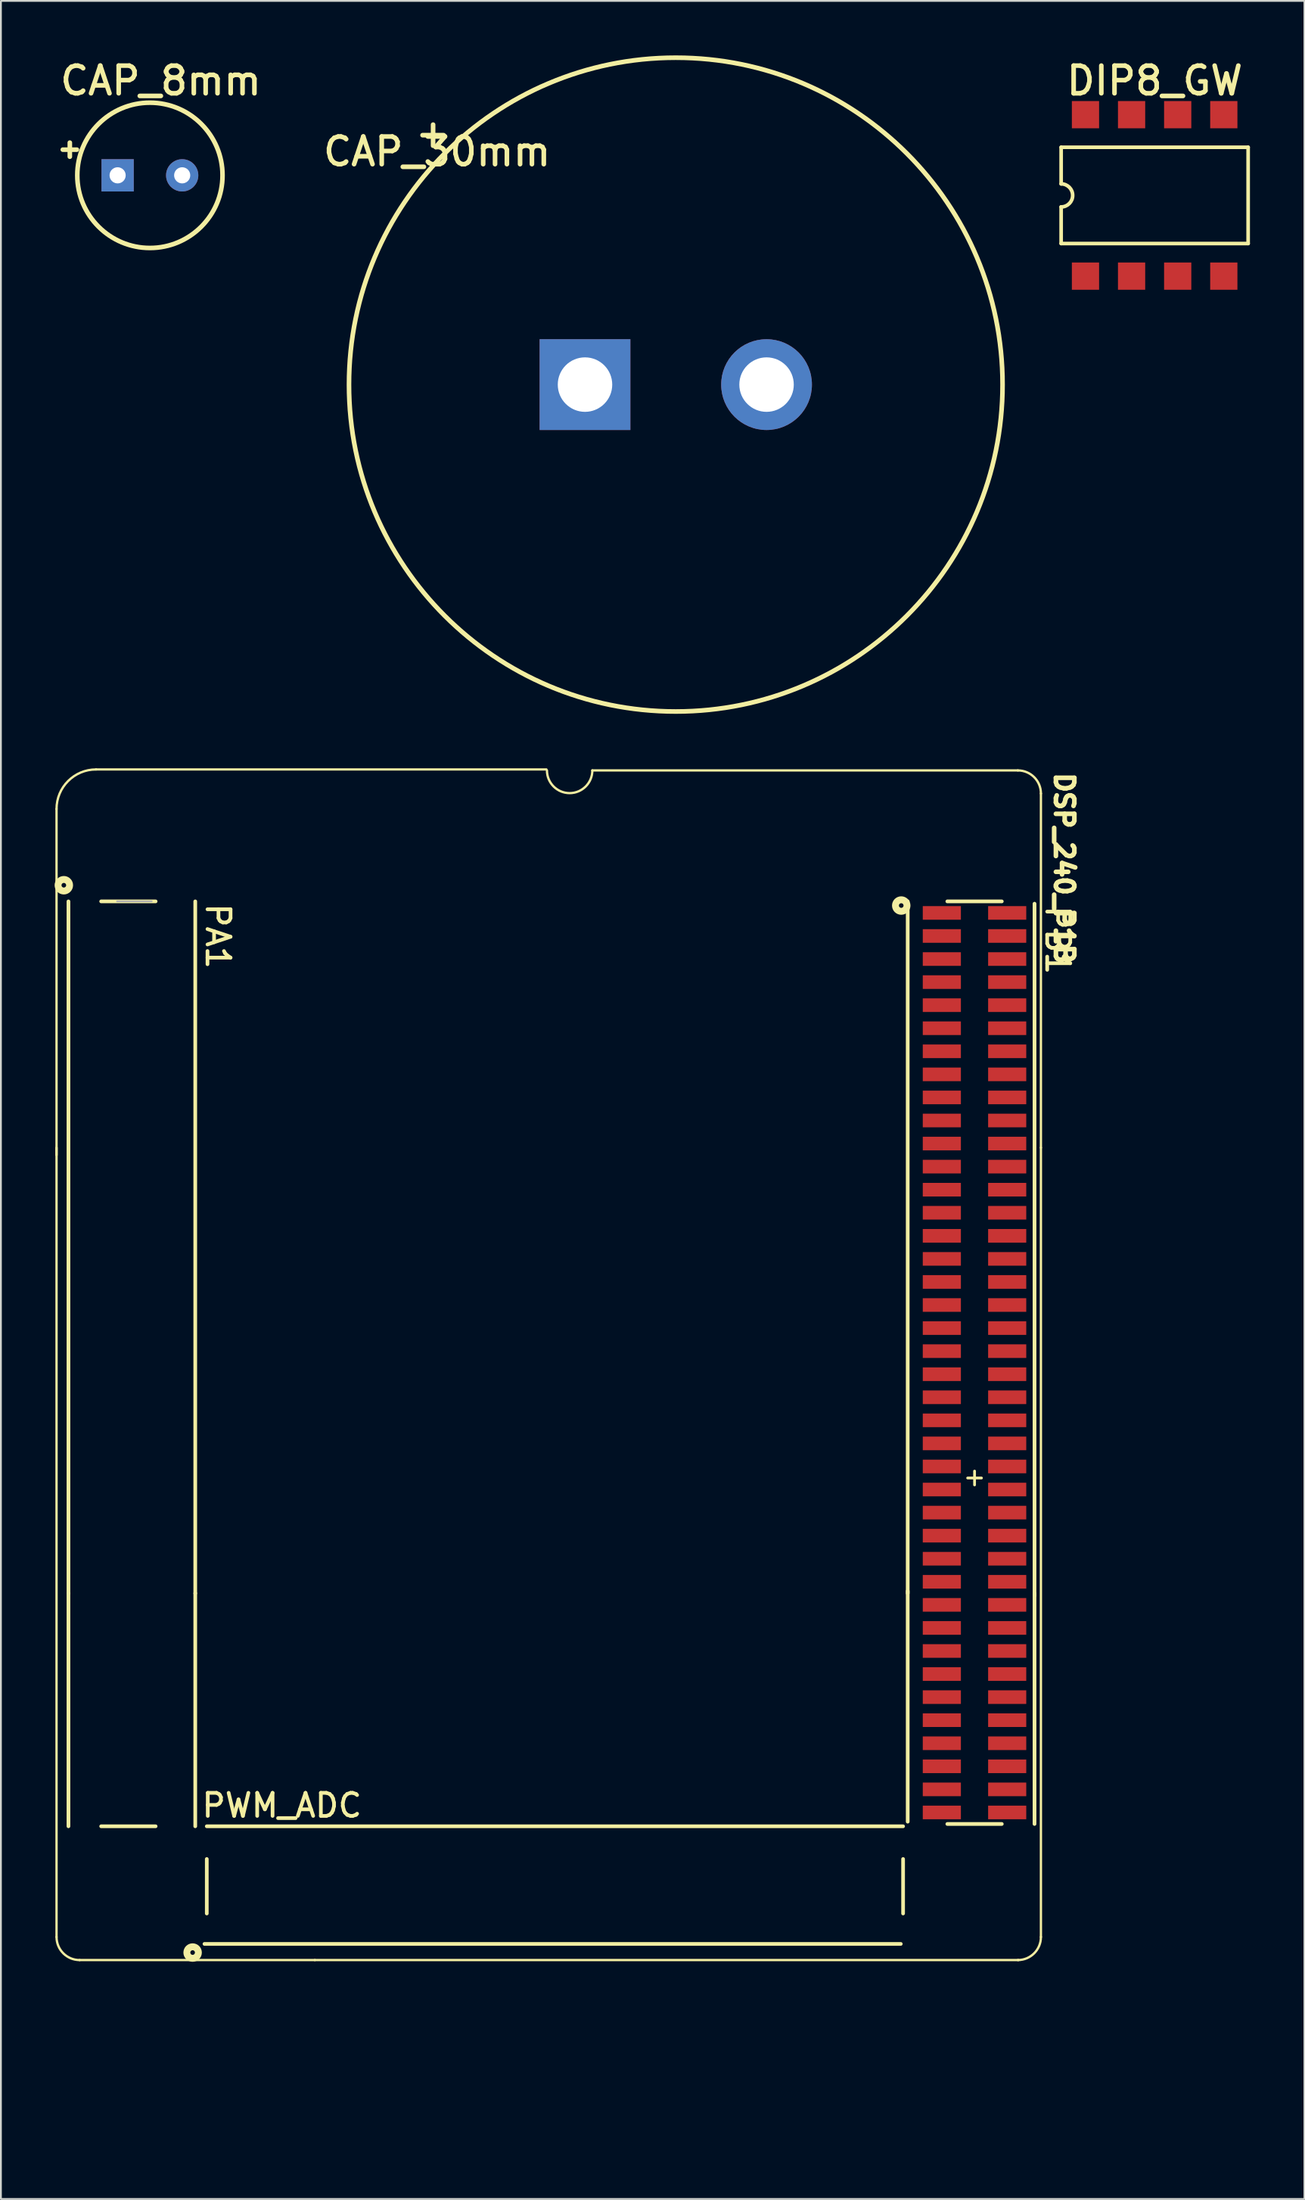
<source format=kicad_pcb>
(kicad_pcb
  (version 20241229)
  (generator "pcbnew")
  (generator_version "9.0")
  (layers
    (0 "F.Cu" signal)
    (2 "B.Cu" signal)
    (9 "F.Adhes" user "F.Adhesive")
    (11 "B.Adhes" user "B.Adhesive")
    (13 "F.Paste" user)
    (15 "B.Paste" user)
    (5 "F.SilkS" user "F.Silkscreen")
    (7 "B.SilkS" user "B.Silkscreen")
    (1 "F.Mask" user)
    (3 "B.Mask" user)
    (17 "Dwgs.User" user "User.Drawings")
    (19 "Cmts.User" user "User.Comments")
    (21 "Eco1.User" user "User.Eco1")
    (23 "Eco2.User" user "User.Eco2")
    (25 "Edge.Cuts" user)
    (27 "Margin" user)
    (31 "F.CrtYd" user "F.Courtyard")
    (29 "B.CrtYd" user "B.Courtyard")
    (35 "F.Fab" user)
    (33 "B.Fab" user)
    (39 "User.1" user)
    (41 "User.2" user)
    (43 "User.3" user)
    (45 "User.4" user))
  (footprint "CAP_30mm"
    (layer "F.Cu")
    (at 34.173 18.127)
    (property "Reference" "CAP_30mm" (at -19.557 -11.938 0) (unlocked yes) (layer "F.SilkS") (effects (font (size 1.524 1.524) (thickness 0.254)) (justify left bottom)))
    (fp_circle (center 0 0) (end 0 -18) (stroke (width 0.254) (type solid)) (fill no) (layer "F.SilkS"))
    (fp_text user "+" (at -14.478 -12.954 0) (unlocked yes) (layer "F.SilkS") (effects (font (size 1.524 1.524) (thickness 0.254)) (justify left bottom)))
    (pad "1" thru_hole rect (at -5 0) (size 5 5) (drill 3) (layers "*.Cu" "*.Mask"))
    (pad "2" thru_hole circle (at 5 0) (size 5 5) (drill 3) (layers "*.Cu" "*.Mask")))
  (footprint "CAP_8mm"
    (layer "F.Cu")
    (at 2.667 6.604)
    (property "Reference" "CAP_8mm" (at -2.539 -4.318 0) (unlocked yes) (layer "F.SilkS") (effects (font (size 1.524 1.524) (thickness 0.254)) (justify left bottom)))
    (fp_circle (center 2.54 0) (end 2.54 -4) (stroke (width 0.254) (type solid)) (fill no) (layer "F.SilkS"))
    (fp_text user "+" (at -2.667 -0.889 0) (unlocked yes) (layer "F.SilkS") (effects (font (size 1.016 1.016) (thickness 0.254)) (justify left bottom)))
    (pad "1" thru_hole rect (at 0.762 0) (size 1.778 1.778) (drill 0.889) (layers "*.Cu" "*.Mask"))
    (pad "2" thru_hole circle (at 4.318 0) (size 1.778 1.778) (drill 0.889) (layers "*.Cu" "*.Mask")))
  (footprint "DIP8_GW"
    (layer "F.Cu")
    (at 60.55 7.709)
    (property "Reference" "DIP8_GW" (at -4.991 -5.423 0) (unlocked yes) (layer "F.SilkS") (effects (font (size 1.524 1.524) (thickness 0.254)) (justify left bottom)))
    (fp_line (start -5.15 -2.65) (end 5.15 -2.65) (stroke (width 0.2) (type solid)) (layer "F.SilkS"))
    (fp_line (start -5.15 -0.635) (end -5.15 -2.65) (stroke (width 0.2) (type solid)) (layer "F.SilkS"))
    (fp_line (start -5.15 2.65) (end -5.15 0.635) (stroke (width 0.2) (type solid)) (layer "F.SilkS"))
    (fp_line (start -5.15 2.65) (end 5.15 2.65) (stroke (width 0.2) (type solid)) (layer "F.SilkS"))
    (fp_line (start 5.15 2.65) (end 5.15 -2.65) (stroke (width 0.2) (type solid)) (layer "F.SilkS"))
    (fp_arc (start -5.15 -0.635) (mid -4.515 0) (end -5.15 0.635) (stroke (width 0.2) (type solid)) (layer "F.SilkS"))
    (pad "1" smd rect (at -3.81 4.445 90) (size 1.5 1.5) (layers "F.Cu" "F.Mask" "F.Paste"))
    (pad "2" smd rect (at -1.27 4.445 90) (size 1.5 1.5) (layers "F.Cu" "F.Mask" "F.Paste"))
    (pad "3" smd rect (at 1.27 4.445 90) (size 1.5 1.5) (layers "F.Cu" "F.Mask" "F.Paste"))
    (pad "4" smd rect (at 3.81 4.445 90) (size 1.5 1.5) (layers "F.Cu" "F.Mask" "F.Paste"))
    (pad "5" smd rect (at 3.81 -4.445 90) (size 1.5 1.5) (layers "F.Cu" "F.Mask" "F.Paste"))
    (pad "6" smd rect (at 1.27 -4.445 90) (size 1.5 1.5) (layers "F.Cu" "F.Mask" "F.Paste"))
    (pad "7" smd rect (at -1.27 -4.445 90) (size 1.5 1.5) (layers "F.Cu" "F.Mask" "F.Paste"))
    (pad "8" smd rect (at -3.81 -4.445 90) (size 1.5 1.5) (layers "F.Cu" "F.Mask" "F.Paste")))
  (footprint "DSP_240_P1B"
    (layer "F.Cu")
    (at 9.229 114.781)
    (property "Reference" "DSP_240_P1B" (at 45.745 -75.413 270) (unlocked yes) (layer "F.SilkS") (effects (font (size 1.016 1.016) (thickness 0.254)) (justify left bottom)))
    (fp_line (start -9.165 -73.287) (end -9.165 -54.229) (stroke (width 0.127) (type solid)) (layer "F.SilkS"))
    (fp_line (start -9.165 -54.638) (end -9.165 -11.176) (stroke (width 0.127) (type solid)) (layer "F.SilkS"))
    (fp_line (start -8.509 -68.199) (end -8.509 -30.099) (stroke (width 0.203) (type solid)) (layer "F.SilkS"))
    (fp_line (start -8.509 -30.099) (end -8.509 -17.272) (stroke (width 0.203) (type solid)) (layer "F.SilkS"))
    (fp_line (start -7.895 -9.906) (end 5.063 -9.906) (stroke (width 0.127) (type solid)) (layer "F.SilkS"))
    (fp_line (start -6.988 -75.464) (end 17.817 -75.464) (stroke (width 0.127) (type solid)) (layer "F.SilkS"))
    (fp_line (start -6.707 -68.199) (end -3.707 -68.199) (stroke (width 0.203) (type solid)) (layer "F.SilkS"))
    (fp_line (start -6.707 -17.272) (end -3.707 -17.272) (stroke (width 0.203) (type solid)) (layer "F.SilkS"))
    (fp_line (start -1.524 -68.199) (end -1.524 -30.099) (stroke (width 0.203) (type solid)) (layer "F.SilkS"))
    (fp_line (start -1.524 -30.099) (end -1.524 -17.272) (stroke (width 0.203) (type solid)) (layer "F.SilkS"))
    (fp_line (start -1.016 -10.795) (end 37.338 -10.795) (stroke (width 0.203) (type solid)) (layer "F.SilkS"))
    (fp_line (start -0.889 -17.272) (end 37.465 -17.272) (stroke (width 0.203) (type solid)) (layer "F.SilkS"))
    (fp_line (start -0.889 -15.47) (end -0.889 -12.47) (stroke (width 0.203) (type solid)) (layer "F.SilkS"))
    (fp_line (start 5.063 -9.906) (end 43.815 -9.906) (stroke (width 0.127) (type solid)) (layer "F.SilkS"))
    (fp_line (start 20.348 -75.41) (end 43.787 -75.41) (stroke (width 0.127) (type solid)) (layer "F.SilkS"))
    (fp_line (start 37.465 -15.47) (end 37.465 -12.47) (stroke (width 0.203) (type solid)) (layer "F.SilkS"))
    (fp_line (start 37.719 -68.199) (end 37.719 -30.099) (stroke (width 0.203) (type solid)) (layer "F.SilkS"))
    (fp_line (start 37.719 -30.226) (end 37.719 -17.526) (stroke (width 0.203) (type solid)) (layer "F.SilkS"))
    (fp_line (start 39.902 -68.199) (end 42.902 -68.199) (stroke (width 0.203) (type solid)) (layer "F.SilkS"))
    (fp_line (start 39.902 -17.399) (end 42.902 -17.399) (stroke (width 0.203) (type solid)) (layer "F.SilkS"))
    (fp_line (start 41.021 -36.449) (end 41.783 -36.449) (stroke (width 0.152) (type solid)) (layer "F.SilkS"))
    (fp_line (start 41.402 -36.83) (end 41.402 -36.449) (stroke (width 0.152) (type solid)) (layer "F.SilkS"))
    (fp_line (start 41.402 -36.449) (end 41.402 -36.068) (stroke (width 0.152) (type solid)) (layer "F.SilkS"))
    (fp_line (start 44.704 -68.072) (end 44.704 -29.972) (stroke (width 0.203) (type solid)) (layer "F.SilkS"))
    (fp_line (start 44.704 -30.099) (end 44.704 -17.399) (stroke (width 0.203) (type solid)) (layer "F.SilkS"))
    (fp_line (start 45.057 -74.14) (end 45.057 -54.638) (stroke (width 0.127) (type solid)) (layer "F.SilkS"))
    (fp_line (start 45.057 -54.638) (end 45.057 -11.176) (stroke (width 0.127) (type solid)) (layer "F.SilkS"))
    (fp_arc (start -9.165 -73.28661) (mid -8.52733 -74.82608) (end -6.98786 -75.46375) (stroke (width 0.127) (type solid)) (layer "F.SilkS"))
    (fp_arc (start -7.895 -9.906) (mid -8.793026 -10.277974) (end -9.165 -11.176) (stroke (width 0.127) (type solid)) (layer "F.SilkS"))
    (fp_arc (start 20.348 -75.41) (mid 19.098 -74.16) (end 17.848 -75.41) (stroke (width 0.127) (type solid)) (layer "F.SilkS"))
    (fp_arc (start 43.787 -75.41) (mid 44.685026 -75.038026) (end 45.057 -74.14) (stroke (width 0.127) (type solid)) (layer "F.SilkS"))
    (fp_arc (start 45.057 -11.176) (mid 44.685026 -10.277974) (end 43.787 -9.906) (stroke (width 0.127) (type solid)) (layer "F.SilkS"))
    (fp_circle (center -8.763 -69.088) (end -8.636 -69.088) (stroke (width 0.381) (type solid)) (fill no) (layer "F.SilkS"))
    (fp_circle (center -1.669 -10.319) (end -1.542 -10.319) (stroke (width 0.381) (type solid)) (fill no) (layer "F.SilkS"))
    (fp_circle (center 37.363 -67.97) (end 37.49 -67.97) (stroke (width 0.381) (type solid)) (fill no) (layer "F.SilkS"))
    (fp_line (start -3.924 -68.202) (end -5.829 -68.202) (stroke (width 0.1) (type solid)) (layer "F.Fab"))
    (fp_text user "PB1" (at 45.236 -68.072 270) (unlocked yes) (layer "F.SilkS") (effects (font (size 1.27 1.27) (thickness 0.203)) (justify left bottom)))
    (fp_text user "PWM_ADC" (at -1.27 -17.677 0) (unlocked yes) (layer "F.SilkS") (effects (font (size 1.27 1.27) (thickness 0.203)) (justify left bottom)))
    (fp_text user "PA1" (at -1.016 -68.199 270) (unlocked yes) (layer "F.SilkS") (effects (font (size 1.27 1.27) (thickness 0.203)) (justify left bottom)))
    (pad "81" smd rect (at 39.599 -67.564) (size 2.1 0.75) (layers "F.Cu" "F.Mask" "F.Paste"))
    (pad "82" smd rect (at 43.199 -67.564) (size 2.1 0.75) (layers "F.Cu" "F.Mask" "F.Paste"))
    (pad "83" smd rect (at 39.599 -66.294) (size 2.1 0.75) (layers "F.Cu" "F.Mask" "F.Paste"))
    (pad "84" smd rect (at 43.199 -66.294) (size 2.1 0.75) (layers "F.Cu" "F.Mask" "F.Paste"))
    (pad "85" smd rect (at 39.599 -65.024) (size 2.1 0.75) (layers "F.Cu" "F.Mask" "F.Paste"))
    (pad "86" smd rect (at 43.199 -65.024) (size 2.1 0.75) (layers "F.Cu" "F.Mask" "F.Paste"))
    (pad "87" smd rect (at 39.599 -63.754) (size 2.1 0.75) (layers "F.Cu" "F.Mask" "F.Paste"))
    (pad "88" smd rect (at 43.199 -63.754) (size 2.1 0.75) (layers "F.Cu" "F.Mask" "F.Paste"))
    (pad "89" smd rect (at 39.599 -62.484) (size 2.1 0.75) (layers "F.Cu" "F.Mask" "F.Paste"))
    (pad "90" smd rect (at 43.199 -62.484) (size 2.1 0.75) (layers "F.Cu" "F.Mask" "F.Paste"))
    (pad "91" smd rect (at 39.599 -61.214) (size 2.1 0.75) (layers "F.Cu" "F.Mask" "F.Paste"))
    (pad "92" smd rect (at 43.199 -61.214) (size 2.1 0.75) (layers "F.Cu" "F.Mask" "F.Paste"))
    (pad "93" smd rect (at 39.599 -59.944) (size 2.1 0.75) (layers "F.Cu" "F.Mask" "F.Paste"))
    (pad "94" smd rect (at 43.199 -59.944) (size 2.1 0.75) (layers "F.Cu" "F.Mask" "F.Paste"))
    (pad "95" smd rect (at 39.599 -58.674) (size 2.1 0.75) (layers "F.Cu" "F.Mask" "F.Paste"))
    (pad "96" smd rect (at 43.199 -58.674) (size 2.1 0.75) (layers "F.Cu" "F.Mask" "F.Paste"))
    (pad "97" smd rect (at 39.599 -57.404) (size 2.1 0.75) (layers "F.Cu" "F.Mask" "F.Paste"))
    (pad "98" smd rect (at 43.199 -57.404) (size 2.1 0.75) (layers "F.Cu" "F.Mask" "F.Paste"))
    (pad "99" smd rect (at 39.599 -56.134) (size 2.1 0.75) (layers "F.Cu" "F.Mask" "F.Paste"))
    (pad "100" smd rect (at 43.199 -56.134) (size 2.1 0.75) (layers "F.Cu" "F.Mask" "F.Paste"))
    (pad "101" smd rect (at 39.599 -54.864) (size 2.1 0.75) (layers "F.Cu" "F.Mask" "F.Paste"))
    (pad "102" smd rect (at 43.199 -54.864) (size 2.1 0.75) (layers "F.Cu" "F.Mask" "F.Paste"))
    (pad "103" smd rect (at 39.599 -53.594) (size 2.1 0.75) (layers "F.Cu" "F.Mask" "F.Paste"))
    (pad "104" smd rect (at 43.199 -53.594) (size 2.1 0.75) (layers "F.Cu" "F.Mask" "F.Paste"))
    (pad "105" smd rect (at 39.599 -52.324) (size 2.1 0.75) (layers "F.Cu" "F.Mask" "F.Paste"))
    (pad "106" smd rect (at 43.199 -52.324) (size 2.1 0.75) (layers "F.Cu" "F.Mask" "F.Paste"))
    (pad "107" smd rect (at 39.599 -51.054) (size 2.1 0.75) (layers "F.Cu" "F.Mask" "F.Paste"))
    (pad "108" smd rect (at 43.199 -51.054) (size 2.1 0.75) (layers "F.Cu" "F.Mask" "F.Paste"))
    (pad "109" smd rect (at 39.599 -49.784) (size 2.1 0.75) (layers "F.Cu" "F.Mask" "F.Paste"))
    (pad "110" smd rect (at 43.199 -49.784) (size 2.1 0.75) (layers "F.Cu" "F.Mask" "F.Paste"))
    (pad "111" smd rect (at 39.599 -48.514) (size 2.1 0.75) (layers "F.Cu" "F.Mask" "F.Paste"))
    (pad "112" smd rect (at 43.199 -48.514) (size 2.1 0.75) (layers "F.Cu" "F.Mask" "F.Paste"))
    (pad "113" smd rect (at 39.599 -47.244) (size 2.1 0.75) (layers "F.Cu" "F.Mask" "F.Paste"))
    (pad "114" smd rect (at 43.199 -47.244) (size 2.1 0.75) (layers "F.Cu" "F.Mask" "F.Paste"))
    (pad "115" smd rect (at 39.599 -45.974) (size 2.1 0.75) (layers "F.Cu" "F.Mask" "F.Paste"))
    (pad "116" smd rect (at 43.199 -45.974) (size 2.1 0.75) (layers "F.Cu" "F.Mask" "F.Paste"))
    (pad "117" smd rect (at 39.599 -44.704) (size 2.1 0.75) (layers "F.Cu" "F.Mask" "F.Paste"))
    (pad "118" smd rect (at 43.199 -44.704) (size 2.1 0.75) (layers "F.Cu" "F.Mask" "F.Paste"))
    (pad "119" smd rect (at 39.599 -43.434) (size 2.1 0.75) (layers "F.Cu" "F.Mask" "F.Paste"))
    (pad "120" smd rect (at 43.199 -43.434) (size 2.1 0.75) (layers "F.Cu" "F.Mask" "F.Paste"))
    (pad "121" smd rect (at 39.599 -42.164) (size 2.1 0.75) (layers "F.Cu" "F.Mask" "F.Paste"))
    (pad "122" smd rect (at 43.199 -42.164) (size 2.1 0.75) (layers "F.Cu" "F.Mask" "F.Paste"))
    (pad "123" smd rect (at 39.599 -40.894) (size 2.1 0.75) (layers "F.Cu" "F.Mask" "F.Paste"))
    (pad "124" smd rect (at 43.199 -40.894) (size 2.1 0.75) (layers "F.Cu" "F.Mask" "F.Paste"))
    (pad "125" smd rect (at 39.599 -39.624) (size 2.1 0.75) (layers "F.Cu" "F.Mask" "F.Paste"))
    (pad "126" smd rect (at 43.199 -39.624) (size 2.1 0.75) (layers "F.Cu" "F.Mask" "F.Paste"))
    (pad "127" smd rect (at 39.599 -38.354) (size 2.1 0.75) (layers "F.Cu" "F.Mask" "F.Paste"))
    (pad "128" smd rect (at 43.199 -38.354) (size 2.1 0.75) (layers "F.Cu" "F.Mask" "F.Paste"))
    (pad "129" smd rect (at 39.599 -37.084) (size 2.1 0.75) (layers "F.Cu" "F.Mask" "F.Paste"))
    (pad "130" smd rect (at 43.199 -37.084) (size 2.1 0.75) (layers "F.Cu" "F.Mask" "F.Paste"))
    (pad "131" smd rect (at 39.599 -35.814) (size 2.1 0.75) (layers "F.Cu" "F.Mask" "F.Paste"))
    (pad "132" smd rect (at 43.199 -35.814) (size 2.1 0.75) (layers "F.Cu" "F.Mask" "F.Paste"))
    (pad "133" smd rect (at 39.599 -34.544) (size 2.1 0.75) (layers "F.Cu" "F.Mask" "F.Paste"))
    (pad "134" smd rect (at 43.199 -34.544) (size 2.1 0.75) (layers "F.Cu" "F.Mask" "F.Paste"))
    (pad "135" smd rect (at 39.599 -33.274) (size 2.1 0.75) (layers "F.Cu" "F.Mask" "F.Paste"))
    (pad "136" smd rect (at 43.199 -33.274) (size 2.1 0.75) (layers "F.Cu" "F.Mask" "F.Paste"))
    (pad "137" smd rect (at 39.599 -32.004) (size 2.1 0.75) (layers "F.Cu" "F.Mask" "F.Paste"))
    (pad "138" smd rect (at 43.199 -32.004) (size 2.1 0.75) (layers "F.Cu" "F.Mask" "F.Paste"))
    (pad "139" smd rect (at 39.599 -30.734) (size 2.1 0.75) (layers "F.Cu" "F.Mask" "F.Paste"))
    (pad "140" smd rect (at 43.199 -30.734) (size 2.1 0.75) (layers "F.Cu" "F.Mask" "F.Paste"))
    (pad "141" smd rect (at 39.599 -29.464) (size 2.1 0.75) (layers "F.Cu" "F.Mask" "F.Paste"))
    (pad "142" smd rect (at 43.199 -29.464) (size 2.1 0.75) (layers "F.Cu" "F.Mask" "F.Paste"))
    (pad "143" smd rect (at 39.599 -28.194) (size 2.1 0.75) (layers "F.Cu" "F.Mask" "F.Paste"))
    (pad "144" smd rect (at 43.199 -28.194) (size 2.1 0.75) (layers "F.Cu" "F.Mask" "F.Paste"))
    (pad "145" smd rect (at 39.599 -26.924) (size 2.1 0.75) (layers "F.Cu" "F.Mask" "F.Paste"))
    (pad "146" smd rect (at 43.199 -26.924) (size 2.1 0.75) (layers "F.Cu" "F.Mask" "F.Paste"))
    (pad "147" smd rect (at 39.599 -25.654) (size 2.1 0.75) (layers "F.Cu" "F.Mask" "F.Paste"))
    (pad "148" smd rect (at 43.199 -25.654) (size 2.1 0.75) (layers "F.Cu" "F.Mask" "F.Paste"))
    (pad "149" smd rect (at 39.599 -24.384) (size 2.1 0.75) (layers "F.Cu" "F.Mask" "F.Paste"))
    (pad "150" smd rect (at 43.199 -24.384) (size 2.1 0.75) (layers "F.Cu" "F.Mask" "F.Paste"))
    (pad "151" smd rect (at 39.599 -23.114) (size 2.1 0.75) (layers "F.Cu" "F.Mask" "F.Paste"))
    (pad "152" smd rect (at 43.199 -23.114) (size 2.1 0.75) (layers "F.Cu" "F.Mask" "F.Paste"))
    (pad "153" smd rect (at 39.599 -21.844) (size 2.1 0.75) (layers "F.Cu" "F.Mask" "F.Paste"))
    (pad "154" smd rect (at 43.199 -21.844) (size 2.1 0.75) (layers "F.Cu" "F.Mask" "F.Paste"))
    (pad "155" smd rect (at 39.599 -20.574) (size 2.1 0.75) (layers "F.Cu" "F.Mask" "F.Paste"))
    (pad "156" smd rect (at 43.199 -20.574) (size 2.1 0.75) (layers "F.Cu" "F.Mask" "F.Paste"))
    (pad "157" smd rect (at 39.599 -19.304) (size 2.1 0.75) (layers "F.Cu" "F.Mask" "F.Paste"))
    (pad "158" smd rect (at 43.199 -19.304) (size 2.1 0.75) (layers "F.Cu" "F.Mask" "F.Paste"))
    (pad "159" smd rect (at 39.599 -18.034) (size 2.1 0.75) (layers "F.Cu" "F.Mask" "F.Paste"))
    (pad "160" smd rect (at 43.199 -18.034) (size 2.1 0.75) (layers "F.Cu" "F.Mask" "F.Paste")))
  (gr_rect
    (start -3 -3)
    (end 68.8 118.031)
    (stroke (width 0.1) (type default))
    (fill no)
    (layer "Edge.Cuts")))
</source>
